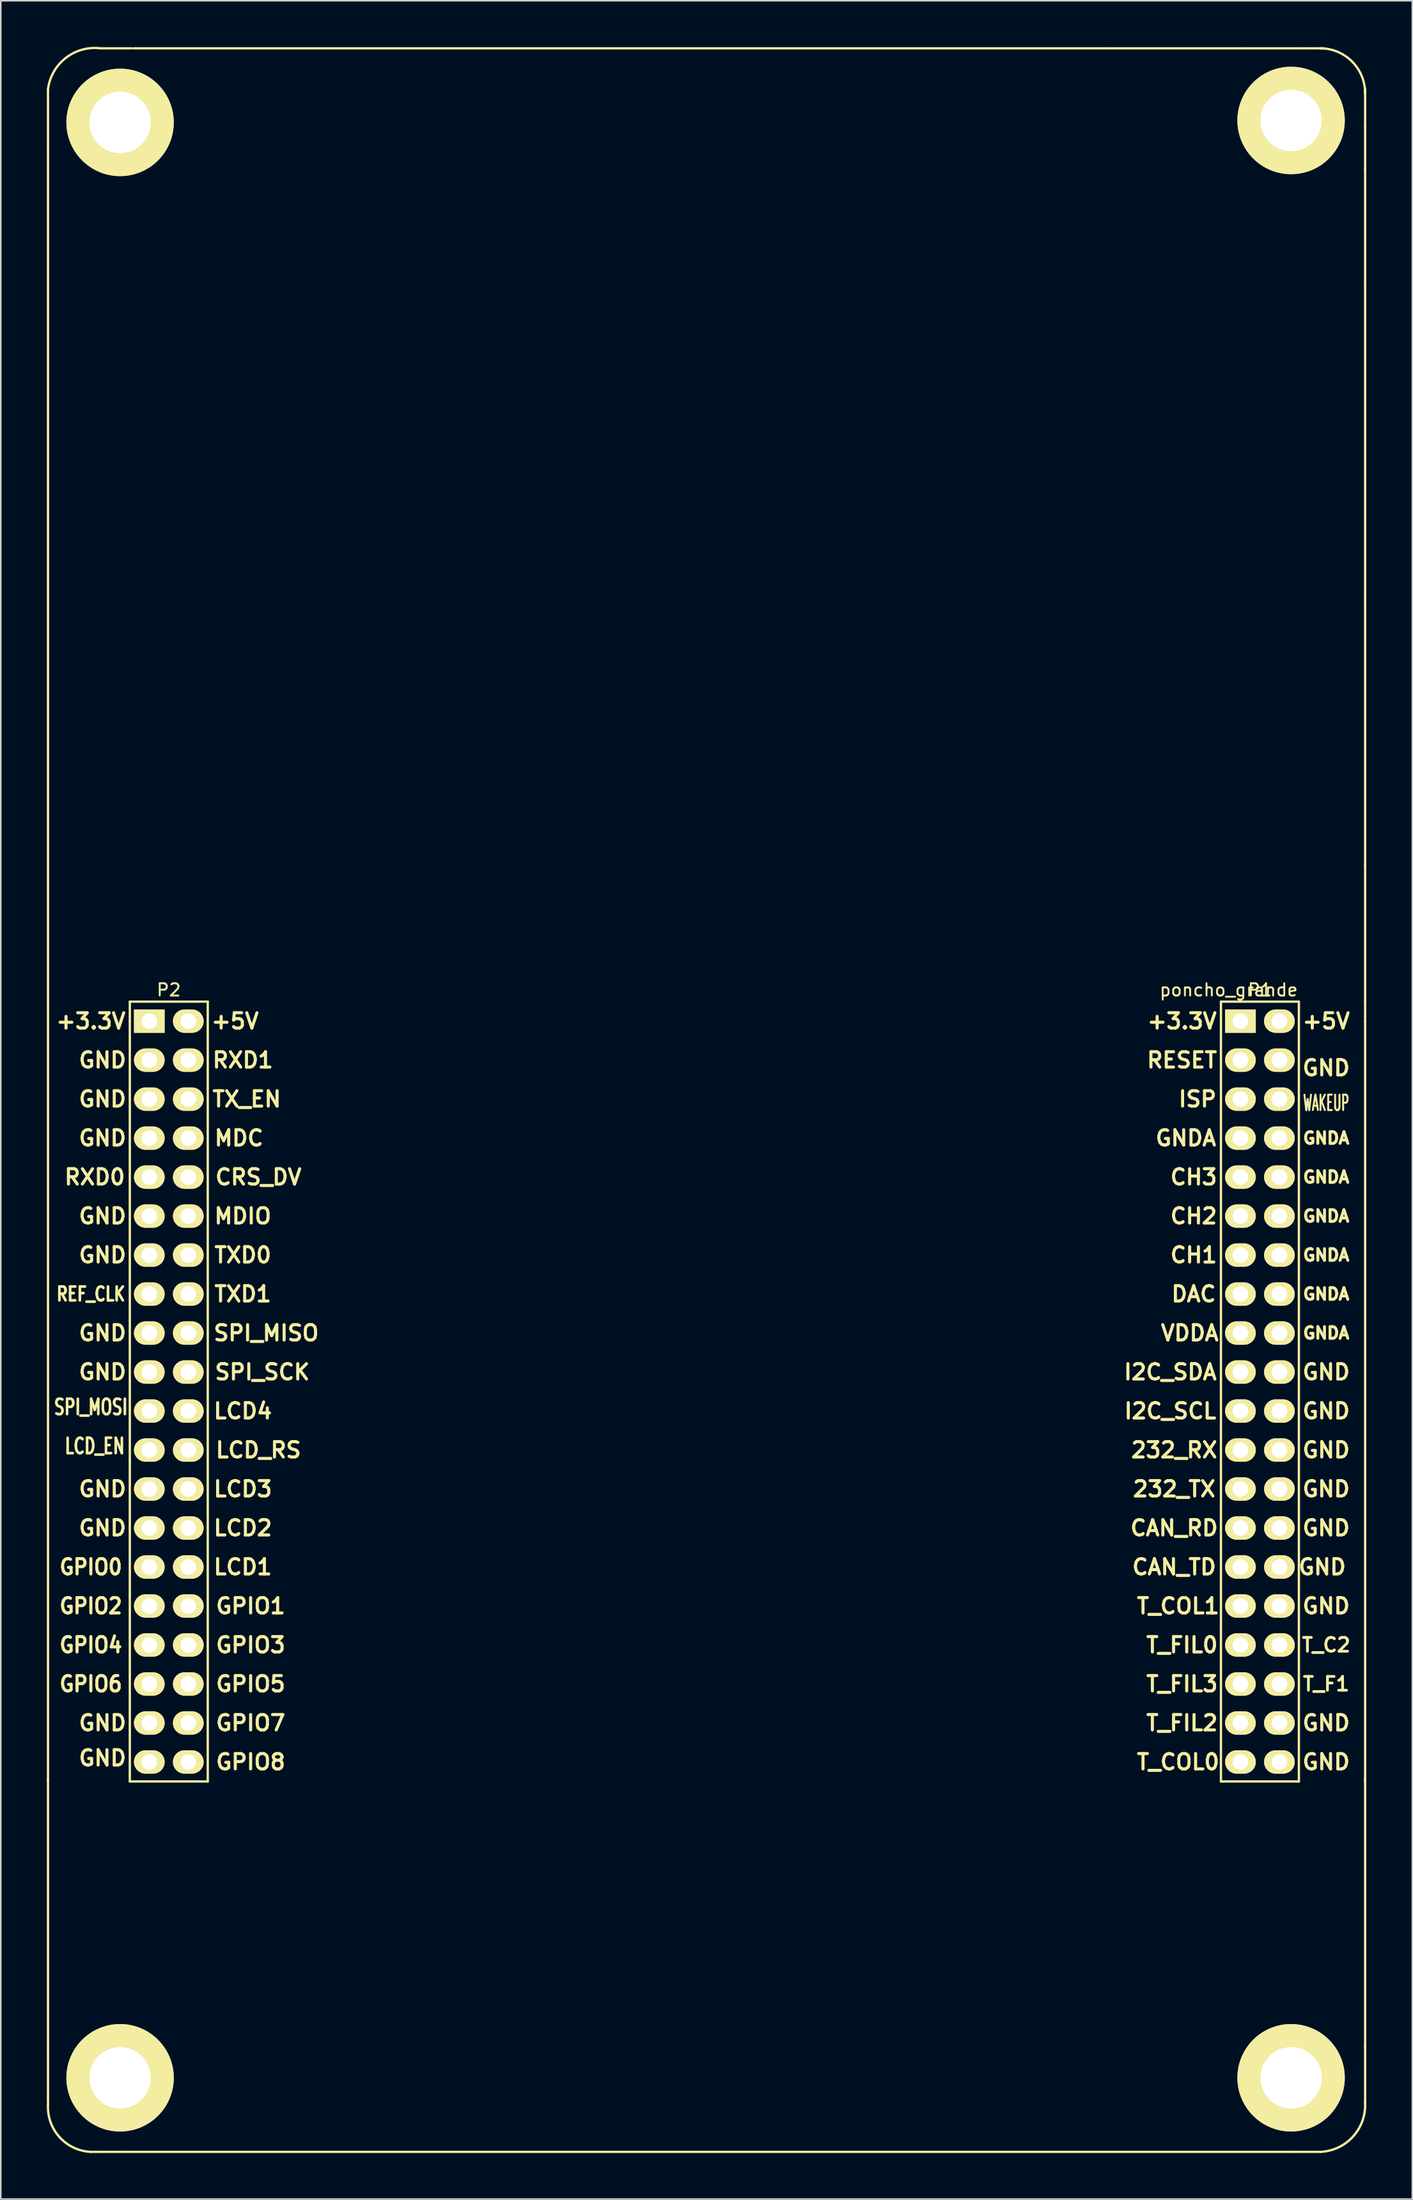
<source format=kicad_pcb>
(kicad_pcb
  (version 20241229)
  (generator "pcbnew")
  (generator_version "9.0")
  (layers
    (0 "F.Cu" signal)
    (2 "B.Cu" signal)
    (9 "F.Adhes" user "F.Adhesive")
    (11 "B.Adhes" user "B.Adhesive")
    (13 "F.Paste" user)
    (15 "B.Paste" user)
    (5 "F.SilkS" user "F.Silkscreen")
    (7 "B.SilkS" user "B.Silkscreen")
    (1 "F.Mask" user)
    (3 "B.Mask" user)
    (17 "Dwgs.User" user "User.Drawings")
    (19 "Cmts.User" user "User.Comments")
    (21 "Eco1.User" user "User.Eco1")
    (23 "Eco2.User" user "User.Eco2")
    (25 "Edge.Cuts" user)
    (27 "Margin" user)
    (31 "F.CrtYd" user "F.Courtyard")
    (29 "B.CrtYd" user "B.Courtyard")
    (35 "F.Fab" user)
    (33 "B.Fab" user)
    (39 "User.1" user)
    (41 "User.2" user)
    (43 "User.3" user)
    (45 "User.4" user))
  (footprint "poncho_grande"
    (layer "F.Cu")
    (at 77.802 63.472)
    (property "Reference" "poncho_grande" (at -0.762 -2.032 180) (layer "F.SilkS") (effects (font (size 0.8 0.8) (thickness 0.12))))
    (attr through_hole)
    (fp_line (start -77.724 -60.706) (end -77.724 -56.769) (stroke (width 0.15) (type solid)) (layer "F.SilkS"))
    (fp_line (start -77.724 -1.27) (end -77.724 -56.769) (stroke (width 0.15) (type solid)) (layer "F.SilkS"))
    (fp_line (start -77.724 -1.27) (end -77.724 49.53) (stroke (width 0.15) (type solid)) (layer "F.SilkS"))
    (fp_line (start -77.724 49.403) (end -77.724 67.056) (stroke (width 0.15) (type solid)) (layer "F.SilkS"))
    (fp_line (start -77.724 67.056) (end -77.724 70.104) (stroke (width 0.15) (type solid)) (layer "F.SilkS"))
    (fp_line (start -77.724 70.612) (end -77.724 70.104) (stroke (width 0.15) (type solid)) (layer "F.SilkS"))
    (fp_line (start -74.422 73.66) (end -74.93 73.66) (stroke (width 0.15) (type solid)) (layer "F.SilkS"))
    (fp_line (start -73.025 73.66) (end -74.422 73.66) (stroke (width 0.15) (type solid)) (layer "F.SilkS"))
    (fp_line (start -72.39 -1.27) (end -67.31 -1.27) (stroke (width 0.15) (type solid)) (layer "F.SilkS"))
    (fp_line (start -72.39 0) (end -72.39 -1.27) (stroke (width 0.15) (type solid)) (layer "F.SilkS"))
    (fp_line (start -72.39 49.53) (end -72.39 0) (stroke (width 0.15) (type solid)) (layer "F.SilkS"))
    (fp_line (start -72.263 -63.373) (end -74.295 -63.373) (stroke (width 0.15) (type solid)) (layer "F.SilkS"))
    (fp_line (start -67.31 -1.27) (end -67.31 49.53) (stroke (width 0.15) (type solid)) (layer "F.SilkS"))
    (fp_line (start -67.31 49.53) (end -72.39 49.53) (stroke (width 0.15) (type solid)) (layer "F.SilkS"))
    (fp_line (start -8.636 -63.373) (end -72.136 -63.373) (stroke (width 0.15) (type solid)) (layer "F.SilkS"))
    (fp_line (start -1.27 49.53) (end -1.27 -1.27) (stroke (width 0.15) (type solid)) (layer "F.SilkS"))
    (fp_line (start 0 -63.373) (end -8.636 -63.373) (stroke (width 0.15) (type solid)) (layer "F.SilkS"))
    (fp_line (start 0 -63.373) (end 3.937 -63.373) (stroke (width 0.15) (type solid)) (layer "F.SilkS"))
    (fp_line (start 3.302 73.66) (end -73.025 73.66) (stroke (width 0.15) (type solid)) (layer "F.SilkS"))
    (fp_line (start 3.302 73.66) (end 5.207 73.66) (stroke (width 0.15) (type solid)) (layer "F.SilkS"))
    (fp_line (start 3.81 -1.27) (end -1.27 -1.27) (stroke (width 0.15) (type solid)) (layer "F.SilkS"))
    (fp_line (start 3.81 49.53) (end -1.27 49.53) (stroke (width 0.15) (type solid)) (layer "F.SilkS"))
    (fp_line (start 3.81 49.53) (end 3.81 -1.27) (stroke (width 0.15) (type solid)) (layer "F.SilkS"))
    (fp_line (start 3.937 -63.373) (end 4.826 -63.373) (stroke (width 0.15) (type solid)) (layer "F.SilkS"))
    (fp_line (start 5.461 -63.373) (end 4.826 -63.373) (stroke (width 0.15) (type solid)) (layer "F.SilkS"))
    (fp_line (start 8.128 -60.706) (end 8.128 -60.452) (stroke (width 0.15) (type solid)) (layer "F.SilkS"))
    (fp_line (start 8.128 -60.579) (end 8.128 -60.706) (stroke (width 0.15) (type solid)) (layer "F.SilkS"))
    (fp_line (start 8.128 -58.293) (end 8.128 -60.579) (stroke (width 0.15) (type solid)) (layer "F.SilkS"))
    (fp_line (start 8.128 -55.499) (end 8.128 -58.293) (stroke (width 0.15) (type solid)) (layer "F.SilkS"))
    (fp_line (start 8.128 -48.26) (end 8.128 -55.499) (stroke (width 0.15) (type solid)) (layer "F.SilkS"))
    (fp_line (start 8.128 -27.432) (end 8.128 -48.26) (stroke (width 0.15) (type solid)) (layer "F.SilkS"))
    (fp_line (start 8.128 -10.16) (end 8.128 -27.432) (stroke (width 0.15) (type solid)) (layer "F.SilkS"))
    (fp_line (start 8.128 -1.27) (end 8.128 -10.16) (stroke (width 0.15) (type solid)) (layer "F.SilkS"))
    (fp_line (start 8.128 0) (end 8.128 -1.27) (stroke (width 0.15) (type solid)) (layer "F.SilkS"))
    (fp_line (start 8.128 0) (end 8.128 49.53) (stroke (width 0.15) (type solid)) (layer "F.SilkS"))
    (fp_line (start 8.128 49.403) (end 8.128 66.802) (stroke (width 0.15) (type solid)) (layer "F.SilkS"))
    (fp_line (start 8.128 66.802) (end 8.128 70.485) (stroke (width 0.15) (type solid)) (layer "F.SilkS"))
    (fp_arc (start -77.724 -60.706) (mid -76.561854 -62.749669) (end -74.295 -63.373) (stroke (width 0.15) (type solid)) (layer "F.SilkS"))
    (fp_arc (start -74.93 73.66) (mid -76.958261 72.714656) (end -77.724 70.612) (stroke (width 0.15) (type solid)) (layer "F.SilkS"))
    (fp_arc (start 5.207 -63.373) (mid 7.272459 -62.517459) (end 8.128 -60.452) (stroke (width 0.15) (type solid)) (layer "F.SilkS"))
    (fp_arc (start 8.128 70.485) (mid 7.325064 72.677459) (end 5.207 73.66) (stroke (width 0.15) (type solid)) (layer "F.SilkS"))
    (fp_text user "GNDA" (at 5.588 10.16 0) (layer "F.SilkS") (effects (font (size 0.76 0.76) (thickness 0.19))))
    (fp_text user "LCD_RS" (at -64.008 27.94 0) (layer "F.SilkS") (effects (font (size 1 1) (thickness 0.2))))
    (fp_text user "GND" (at 5.588 38.1 0) (layer "F.SilkS") (effects (font (size 1 1) (thickness 0.2))))
    (fp_text user "P2" (at -69.85 -2.032 0) (layer "F.SilkS") (effects (font (size 0.8 0.8) (thickness 0.12))))
    (fp_text user "CH3" (at -3.048 10.16 0) (layer "F.SilkS") (effects (font (size 1 1) (thickness 0.2))))
    (fp_text user "MDIO" (at -65.024 12.7 0) (layer "F.SilkS") (effects (font (size 1 1) (thickness 0.2))))
    (fp_text user "GND" (at 5.588 25.4 0) (layer "F.SilkS") (effects (font (size 1 1) (thickness 0.2))))
    (fp_text user "ISP" (at -2.794 5.08 0) (layer "F.SilkS") (effects (font (size 1 1) (thickness 0.2))))
    (fp_text user "T_FIL0" (at -3.81 40.64 0) (layer "F.SilkS") (effects (font (size 1 1) (thickness 0.2))))
    (fp_text user "GPIO3" (at -64.516 40.64 0) (layer "F.SilkS") (effects (font (size 1 1) (thickness 0.2))))
    (fp_text user "T_FIL2" (at -3.81 45.72 0) (layer "F.SilkS") (effects (font (size 1 1) (thickness 0.2))))
    (fp_text user "GND" (at -74.168 7.62 0) (layer "F.SilkS") (effects (font (size 1 1) (thickness 0.2))))
    (fp_text user "232_RX" (at -4.318 27.94 0) (layer "F.SilkS") (effects (font (size 1 1) (thickness 0.2))))
    (fp_text user "LCD_EN" (at -74.676 27.686 0) (layer "F.SilkS") (effects (font (size 1 0.7) (thickness 0.17))))
    (fp_text user "GPIO8" (at -64.516 48.26 0) (layer "F.SilkS") (effects (font (size 1 1) (thickness 0.2))))
    (fp_text user "GND" (at -74.168 5.08 0) (layer "F.SilkS") (effects (font (size 1 1) (thickness 0.2))))
    (fp_text user "SPI_SCK" (at -63.754 22.86 0) (layer "F.SilkS") (effects (font (size 1 1) (thickness 0.2))))
    (fp_text user "+5V" (at -65.532 0 0) (layer "F.SilkS") (effects (font (size 1 1) (thickness 0.2))))
    (fp_text user "GND" (at -74.168 30.48 0) (layer "F.SilkS") (effects (font (size 1 1) (thickness 0.2))))
    (fp_text user "SPI_MOSI" (at -74.93 25.146 0) (layer "F.SilkS") (effects (font (size 1 0.7) (thickness 0.17))))
    (fp_text user "TX_EN" (at -64.77 5.08 0) (layer "F.SilkS") (effects (font (size 1 1) (thickness 0.2))))
    (fp_text user "P1" (at 1.27 -2.032 0) (layer "F.SilkS") (effects (font (size 0.8 0.8) (thickness 0.12))))
    (fp_text user "LCD3" (at -65.024 30.48 0) (layer "F.SilkS") (effects (font (size 1 1) (thickness 0.2))))
    (fp_text user "GND" (at -74.168 22.86 0) (layer "F.SilkS") (effects (font (size 1 1) (thickness 0.2))))
    (fp_text user "GNDA" (at 5.588 15.24 0) (layer "F.SilkS") (effects (font (size 0.76 0.76) (thickness 0.19))))
    (fp_text user "TXD1" (at -65.024 17.78 0) (layer "F.SilkS") (effects (font (size 1 1) (thickness 0.2))))
    (fp_text user "232_TX" (at -4.318 30.48 0) (layer "F.SilkS") (effects (font (size 1 1) (thickness 0.2))))
    (fp_text user "GND" (at -74.168 20.32 0) (layer "F.SilkS") (effects (font (size 1 1) (thickness 0.2))))
    (fp_text user "GND" (at -74.168 2.54 0) (layer "F.SilkS") (effects (font (size 1 1) (thickness 0.2))))
    (fp_text user "+3.3V" (at -3.81 0 0) (layer "F.SilkS") (effects (font (size 1 1) (thickness 0.2))))
    (fp_text user "GPIO0" (at -74.93 35.56 0) (layer "F.SilkS") (effects (font (size 1 0.9) (thickness 0.2))))
    (fp_text user "T_COL0" (at -4.064 48.26 0) (layer "F.SilkS") (effects (font (size 1 1) (thickness 0.2))))
    (fp_text user "T_COL1" (at -4.064 38.1 0) (layer "F.SilkS") (effects (font (size 1 1) (thickness 0.2))))
    (fp_text user "GND" (at 5.334 35.56 0) (layer "F.SilkS") (effects (font (size 1 1) (thickness 0.2))))
    (fp_text user "T_F1" (at 5.588 43.18 0) (layer "F.SilkS") (effects (font (size 0.9 0.9) (thickness 0.18))))
    (fp_text user "RXD1" (at -65.024 2.54 0) (layer "F.SilkS") (effects (font (size 1 1) (thickness 0.2))))
    (fp_text user "GNDA" (at 5.588 17.78 0) (layer "F.SilkS") (effects (font (size 0.76 0.76) (thickness 0.19))))
    (fp_text user "CAN_RD" (at -4.318 33.02 0) (layer "F.SilkS") (effects (font (size 1 1) (thickness 0.2))))
    (fp_text user "+3.3V" (at -74.93 0 0) (layer "F.SilkS") (effects (font (size 1 1) (thickness 0.2))))
    (fp_text user "T_C2" (at 5.588 40.64 0) (layer "F.SilkS") (effects (font (size 0.9 0.9) (thickness 0.18))))
    (fp_text user "GND" (at 5.588 27.94 0) (layer "F.SilkS") (effects (font (size 1 1) (thickness 0.2))))
    (fp_text user "VDDA" (at -3.302 20.32 0) (layer "F.SilkS") (effects (font (size 1 1) (thickness 0.2))))
    (fp_text user "GPIO2" (at -74.93 38.1 0) (layer "F.SilkS") (effects (font (size 1 0.9) (thickness 0.2))))
    (fp_text user "WAKEUP" (at 5.588 5.334 0) (layer "F.SilkS") (effects (font (size 1 0.5) (thickness 0.125))))
    (fp_text user "CRS_DV" (at -64.008 10.16 0) (layer "F.SilkS") (effects (font (size 1 1) (thickness 0.2))))
    (fp_text user "GND" (at -74.168 48.006 0) (layer "F.SilkS") (effects (font (size 1 1) (thickness 0.2))))
    (fp_text user "GND" (at -74.168 12.7 0) (layer "F.SilkS") (effects (font (size 1 1) (thickness 0.2))))
    (fp_text user "CH2" (at -3.048 12.7 0) (layer "F.SilkS") (effects (font (size 1 1) (thickness 0.2))))
    (fp_text user "GPIO6" (at -74.93 43.18 0) (layer "F.SilkS") (effects (font (size 1 0.9) (thickness 0.2))))
    (fp_text user "TXD0" (at -65.024 15.24 0) (layer "F.SilkS") (effects (font (size 1 1) (thickness 0.2))))
    (fp_text user "LCD4" (at -65.024 25.4 0) (layer "F.SilkS") (effects (font (size 1 1) (thickness 0.2))))
    (fp_text user "T_FIL3" (at -3.81 43.18 0) (layer "F.SilkS") (effects (font (size 1 1) (thickness 0.2))))
    (fp_text user "GNDA" (at 5.588 7.62 0) (layer "F.SilkS") (effects (font (size 0.76 0.76) (thickness 0.19))))
    (fp_text user "SPI_MISO" (at -63.5 20.32 0) (layer "F.SilkS") (effects (font (size 1 1) (thickness 0.2))))
    (fp_text user "GND" (at 5.588 22.86 0) (layer "F.SilkS") (effects (font (size 1 1) (thickness 0.2))))
    (fp_text user "GNDA" (at 5.588 12.7 0) (layer "F.SilkS") (effects (font (size 0.76 0.76) (thickness 0.19))))
    (fp_text user "REF_CLK" (at -74.93 17.78 0) (layer "F.SilkS") (effects (font (size 0.9 0.7) (thickness 0.175))))
    (fp_text user "CAN_TD" (at -4.318 35.56 0) (layer "F.SilkS") (effects (font (size 1 1) (thickness 0.2))))
    (fp_text user "GNDA" (at -3.556 7.62 0) (layer "F.SilkS") (effects (font (size 1 1) (thickness 0.2))))
    (fp_text user "CH1" (at -3.048 15.24 0) (layer "F.SilkS") (effects (font (size 1 1) (thickness 0.2))))
    (fp_text user "GPIO1" (at -64.516 38.1 0) (layer "F.SilkS") (effects (font (size 1 1) (thickness 0.2))))
    (fp_text user "LCD1" (at -65.024 35.56 0) (layer "F.SilkS") (effects (font (size 1 1) (thickness 0.2))))
    (fp_text user "RESET" (at -3.81 2.54 0) (layer "F.SilkS") (effects (font (size 1 1) (thickness 0.2))))
    (fp_text user "GND" (at 5.588 33.02 0) (layer "F.SilkS") (effects (font (size 1 1) (thickness 0.2))))
    (fp_text user "GPIO5" (at -64.516 43.18 0) (layer "F.SilkS") (effects (font (size 1 1) (thickness 0.2))))
    (fp_text user "DAC" (at -3.048 17.78 0) (layer "F.SilkS") (effects (font (size 1 1) (thickness 0.2))))
    (fp_text user "MDC" (at -65.278 7.62 0) (layer "F.SilkS") (effects (font (size 1 1) (thickness 0.2))))
    (fp_text user "GND" (at 5.588 30.48 0) (layer "F.SilkS") (effects (font (size 1 1) (thickness 0.2))))
    (fp_text user "GND" (at 5.588 3.048 0) (layer "F.SilkS") (effects (font (size 1 1) (thickness 0.2))))
    (fp_text user "GND" (at 5.588 45.72 0) (layer "F.SilkS") (effects (font (size 1 1) (thickness 0.2))))
    (fp_text user "GND" (at -74.168 33.02 0) (layer "F.SilkS") (effects (font (size 1 1) (thickness 0.2))))
    (fp_text user "GNDA" (at 5.588 20.32 0) (layer "F.SilkS") (effects (font (size 0.76 0.76) (thickness 0.19))))
    (fp_text user "GND" (at 5.588 48.26 0) (layer "F.SilkS") (effects (font (size 1 1) (thickness 0.2))))
    (fp_text user "GND" (at -74.168 15.24 0) (layer "F.SilkS") (effects (font (size 1 1) (thickness 0.2))))
    (fp_text user "LCD2" (at -65.024 33.02 0) (layer "F.SilkS") (effects (font (size 1 1) (thickness 0.2))))
    (fp_text user "GND" (at -74.168 45.72 0) (layer "F.SilkS") (effects (font (size 1 1) (thickness 0.2))))
    (fp_text user "GPIO4" (at -74.93 40.64 0) (layer "F.SilkS") (effects (font (size 1 0.9) (thickness 0.2))))
    (fp_text user "GPIO7" (at -64.516 45.72 0) (layer "F.SilkS") (effects (font (size 1 1) (thickness 0.2))))
    (fp_text user "I2C_SCL" (at -4.572 25.4 0) (layer "F.SilkS") (effects (font (size 1 1) (thickness 0.2))))
    (fp_text user "I2C_SDA" (at -4.572 22.86 0) (layer "F.SilkS") (effects (font (size 1 1) (thickness 0.2))))
    (fp_text user "+5V" (at 5.588 0 0) (layer "F.SilkS") (effects (font (size 1 1) (thickness 0.2))))
    (fp_text user "RXD0" (at -74.676 10.16 0) (layer "F.SilkS") (effects (font (size 1 1) (thickness 0.2))))
    (pad "1" thru_hole rect (at 0 0 270) (size 1.524 2) (drill 1.016) (layers "*.Cu" "*.Mask" "F.SilkS"))
    (pad "2" thru_hole oval (at 2.54 0 270) (size 1.524 2) (drill 1.016) (layers "*.Cu" "*.Mask" "F.SilkS"))
    (pad "3" thru_hole oval (at 0 2.54 270) (size 1.524 2) (drill 1.016) (layers "*.Cu" "*.Mask" "F.SilkS"))
    (pad "4" thru_hole oval (at 2.54 2.54 270) (size 1.524 2) (drill 1.016) (layers "*.Cu" "*.Mask" "F.SilkS"))
    (pad "5" thru_hole oval (at 0 5.08 270) (size 1.524 2) (drill 1.016) (layers "*.Cu" "*.Mask" "F.SilkS"))
    (pad "6" thru_hole oval (at 2.54 5.08 270) (size 1.524 2) (drill 1.016) (layers "*.Cu" "*.Mask" "F.SilkS"))
    (pad "7" thru_hole oval (at 0 7.62 270) (size 1.524 2) (drill 1.016) (layers "*.Cu" "*.Mask" "F.SilkS"))
    (pad "8" thru_hole oval (at 2.54 7.62 270) (size 1.524 2) (drill 1.016) (layers "*.Cu" "*.Mask" "F.SilkS"))
    (pad "9" thru_hole oval (at 0 10.16 270) (size 1.524 2) (drill 1.016) (layers "*.Cu" "*.Mask" "F.SilkS"))
    (pad "10" thru_hole oval (at 2.54 10.16 270) (size 1.524 2) (drill 1.016) (layers "*.Cu" "*.Mask" "F.SilkS"))
    (pad "11" thru_hole oval (at 0 12.7 270) (size 1.524 2) (drill 1.016) (layers "*.Cu" "*.Mask" "F.SilkS"))
    (pad "12" thru_hole oval (at 2.54 12.7 270) (size 1.524 2) (drill 1.016) (layers "*.Cu" "*.Mask" "F.SilkS"))
    (pad "13" thru_hole oval (at 0 15.24 270) (size 1.524 2) (drill 1.016) (layers "*.Cu" "*.Mask" "F.SilkS"))
    (pad "14" thru_hole oval (at 2.54 15.24 270) (size 1.524 2) (drill 1.016) (layers "*.Cu" "*.Mask" "F.SilkS"))
    (pad "15" thru_hole oval (at 0 17.78 270) (size 1.524 2) (drill 1.016) (layers "*.Cu" "*.Mask" "F.SilkS"))
    (pad "16" thru_hole oval (at 2.54 17.78 270) (size 1.524 2) (drill 1.016) (layers "*.Cu" "*.Mask" "F.SilkS"))
    (pad "17" thru_hole oval (at 0 20.32 270) (size 1.524 2) (drill 1.016) (layers "*.Cu" "*.Mask" "F.SilkS"))
    (pad "18" thru_hole oval (at 2.54 20.32 270) (size 1.524 2) (drill 1.016) (layers "*.Cu" "*.Mask" "F.SilkS"))
    (pad "19" thru_hole oval (at 0 22.86 270) (size 1.524 2) (drill 1.016) (layers "*.Cu" "*.Mask" "F.SilkS"))
    (pad "20" thru_hole oval (at 2.54 22.86 270) (size 1.524 2) (drill 1.016) (layers "*.Cu" "*.Mask" "F.SilkS"))
    (pad "21" thru_hole oval (at 0 25.4 270) (size 1.524 2) (drill 1.016) (layers "*.Cu" "*.Mask" "F.SilkS"))
    (pad "22" thru_hole oval (at 2.54 25.4 270) (size 1.524 2) (drill 1.016) (layers "*.Cu" "*.Mask" "F.SilkS"))
    (pad "23" thru_hole oval (at 0 27.94 270) (size 1.524 2) (drill 1.016) (layers "*.Cu" "*.Mask" "F.SilkS"))
    (pad "24" thru_hole oval (at 2.54 27.94 270) (size 1.524 2) (drill 1.016) (layers "*.Cu" "*.Mask" "F.SilkS"))
    (pad "25" thru_hole oval (at 0 30.48 270) (size 1.524 2) (drill 1.016) (layers "*.Cu" "*.Mask" "F.SilkS"))
    (pad "26" thru_hole oval (at 2.54 30.48 270) (size 1.524 2) (drill 1.016) (layers "*.Cu" "*.Mask" "F.SilkS"))
    (pad "27" thru_hole oval (at 0 33.02 270) (size 1.524 2) (drill 1.016) (layers "*.Cu" "*.Mask" "F.SilkS"))
    (pad "28" thru_hole oval (at 2.54 33.02 270) (size 1.524 2) (drill 1.016) (layers "*.Cu" "*.Mask" "F.SilkS"))
    (pad "29" thru_hole oval (at 0 35.56 270) (size 1.524 2) (drill 1.016) (layers "*.Cu" "*.Mask" "F.SilkS"))
    (pad "30" thru_hole oval (at 2.54 35.56 270) (size 1.524 2) (drill 1.016) (layers "*.Cu" "*.Mask" "F.SilkS"))
    (pad "31" thru_hole oval (at 0 38.1 270) (size 1.524 2) (drill 1.016) (layers "*.Cu" "*.Mask" "F.SilkS"))
    (pad "32" thru_hole oval (at 2.54 38.1 270) (size 1.524 2) (drill 1.016) (layers "*.Cu" "*.Mask" "F.SilkS"))
    (pad "33" thru_hole oval (at 0 40.64 270) (size 1.524 2) (drill 1.016) (layers "*.Cu" "*.Mask" "F.SilkS"))
    (pad "34" thru_hole oval (at 2.54 40.64 270) (size 1.524 2) (drill 1.016) (layers "*.Cu" "*.Mask" "F.SilkS"))
    (pad "35" thru_hole oval (at 0 43.18 270) (size 1.524 2) (drill 1.016) (layers "*.Cu" "*.Mask" "F.SilkS"))
    (pad "36" thru_hole oval (at 2.54 43.18 270) (size 1.524 2) (drill 1.016) (layers "*.Cu" "*.Mask" "F.SilkS"))
    (pad "37" thru_hole oval (at 0 45.72 270) (size 1.524 2) (drill 1.016) (layers "*.Cu" "*.Mask" "F.SilkS"))
    (pad "38" thru_hole oval (at 2.54 45.72 270) (size 1.524 2) (drill 1.016) (layers "*.Cu" "*.Mask" "F.SilkS"))
    (pad "39" thru_hole oval (at 0 48.26 270) (size 1.524 2) (drill 1.016) (layers "*.Cu" "*.Mask" "F.SilkS"))
    (pad "40" thru_hole oval (at 2.54 48.26 270) (size 1.524 2) (drill 1.016) (layers "*.Cu" "*.Mask" "F.SilkS"))
    (pad "41" thru_hole rect (at -71.12 0 270) (size 1.524 2) (drill 1.016) (layers "*.Cu" "*.Mask" "F.SilkS"))
    (pad "42" thru_hole oval (at -68.58 0 270) (size 1.524 2) (drill 1.016) (layers "*.Cu" "*.Mask" "F.SilkS"))
    (pad "43" thru_hole oval (at -71.12 2.54 270) (size 1.524 2) (drill 1.016) (layers "*.Cu" "*.Mask" "F.SilkS"))
    (pad "44" thru_hole oval (at -68.58 2.54 270) (size 1.524 2) (drill 1.016) (layers "*.Cu" "*.Mask" "F.SilkS"))
    (pad "45" thru_hole oval (at -71.12 5.08 270) (size 1.524 2) (drill 1.016) (layers "*.Cu" "*.Mask" "F.SilkS"))
    (pad "46" thru_hole oval (at -68.58 5.08 270) (size 1.524 2) (drill 1.016) (layers "*.Cu" "*.Mask" "F.SilkS"))
    (pad "47" thru_hole oval (at -71.12 7.62 270) (size 1.524 2) (drill 1.016) (layers "*.Cu" "*.Mask" "F.SilkS"))
    (pad "48" thru_hole oval (at -68.58 7.62 270) (size 1.524 2) (drill 1.016) (layers "*.Cu" "*.Mask" "F.SilkS"))
    (pad "49" thru_hole oval (at -71.12 10.16 270) (size 1.524 2) (drill 1.016) (layers "*.Cu" "*.Mask" "F.SilkS"))
    (pad "50" thru_hole oval (at -68.58 10.16 270) (size 1.524 2) (drill 1.016) (layers "*.Cu" "*.Mask" "F.SilkS"))
    (pad "51" thru_hole oval (at -71.12 12.7 270) (size 1.524 2) (drill 1.016) (layers "*.Cu" "*.Mask" "F.SilkS"))
    (pad "52" thru_hole oval (at -68.58 12.7 270) (size 1.524 2) (drill 1.016) (layers "*.Cu" "*.Mask" "F.SilkS"))
    (pad "53" thru_hole oval (at -71.12 15.24 270) (size 1.524 2) (drill 1.016) (layers "*.Cu" "*.Mask" "F.SilkS"))
    (pad "54" thru_hole oval (at -68.58 15.24 270) (size 1.524 2) (drill 1.016) (layers "*.Cu" "*.Mask" "F.SilkS"))
    (pad "55" thru_hole oval (at -71.12 17.78 270) (size 1.524 2) (drill 1.016) (layers "*.Cu" "*.Mask" "F.SilkS"))
    (pad "56" thru_hole oval (at -68.58 17.78 270) (size 1.524 2) (drill 1.016) (layers "*.Cu" "*.Mask" "F.SilkS"))
    (pad "57" thru_hole oval (at -71.12 20.32 270) (size 1.524 2) (drill 1.016) (layers "*.Cu" "*.Mask" "F.SilkS"))
    (pad "58" thru_hole oval (at -68.58 20.32 270) (size 1.524 2) (drill 1.016) (layers "*.Cu" "*.Mask" "F.SilkS"))
    (pad "59" thru_hole oval (at -71.12 22.86 270) (size 1.524 2) (drill 1.016) (layers "*.Cu" "*.Mask" "F.SilkS"))
    (pad "60" thru_hole oval (at -68.58 22.86 270) (size 1.524 2) (drill 1.016) (layers "*.Cu" "*.Mask" "F.SilkS"))
    (pad "61" thru_hole oval (at -71.12 25.4 270) (size 1.524 2) (drill 1.016) (layers "*.Cu" "*.Mask" "F.SilkS"))
    (pad "62" thru_hole oval (at -68.58 25.4 270) (size 1.524 2) (drill 1.016) (layers "*.Cu" "*.Mask" "F.SilkS"))
    (pad "63" thru_hole oval (at -71.12 27.94 270) (size 1.524 2) (drill 1.016) (layers "*.Cu" "*.Mask" "F.SilkS"))
    (pad "64" thru_hole oval (at -68.58 27.94 270) (size 1.524 2) (drill 1.016) (layers "*.Cu" "*.Mask" "F.SilkS"))
    (pad "65" thru_hole oval (at -71.12 30.48 270) (size 1.524 2) (drill 1.016) (layers "*.Cu" "*.Mask" "F.SilkS"))
    (pad "66" thru_hole oval (at -68.58 30.48 270) (size 1.524 2) (drill 1.016) (layers "*.Cu" "*.Mask" "F.SilkS"))
    (pad "67" thru_hole oval (at -71.12 33.02 270) (size 1.524 2) (drill 1.016) (layers "*.Cu" "*.Mask" "F.SilkS"))
    (pad "68" thru_hole oval (at -68.58 33.02 270) (size 1.524 2) (drill 1.016) (layers "*.Cu" "*.Mask" "F.SilkS"))
    (pad "69" thru_hole oval (at -71.12 35.56 270) (size 1.524 2) (drill 1.016) (layers "*.Cu" "*.Mask" "F.SilkS"))
    (pad "70" thru_hole oval (at -68.58 35.56 270) (size 1.524 2) (drill 1.016) (layers "*.Cu" "*.Mask" "F.SilkS"))
    (pad "71" thru_hole oval (at -71.12 38.1 270) (size 1.524 2) (drill 1.016) (layers "*.Cu" "*.Mask" "F.SilkS"))
    (pad "72" thru_hole oval (at -68.58 38.1 270) (size 1.524 2) (drill 1.016) (layers "*.Cu" "*.Mask" "F.SilkS"))
    (pad "73" thru_hole oval (at -71.12 40.64 270) (size 1.524 2) (drill 1.016) (layers "*.Cu" "*.Mask" "F.SilkS"))
    (pad "74" thru_hole oval (at -68.58 40.64 270) (size 1.524 2) (drill 1.016) (layers "*.Cu" "*.Mask" "F.SilkS"))
    (pad "75" thru_hole oval (at -71.12 43.18 270) (size 1.524 2) (drill 1.016) (layers "*.Cu" "*.Mask" "F.SilkS"))
    (pad "76" thru_hole oval (at -68.58 43.18 270) (size 1.524 2) (drill 1.016) (layers "*.Cu" "*.Mask" "F.SilkS"))
    (pad "77" thru_hole oval (at -71.12 45.72 270) (size 1.524 2) (drill 1.016) (layers "*.Cu" "*.Mask" "F.SilkS"))
    (pad "78" thru_hole oval (at -68.58 45.72 270) (size 1.524 2) (drill 1.016) (layers "*.Cu" "*.Mask" "F.SilkS"))
    (pad "79" thru_hole oval (at -71.12 48.26 270) (size 1.524 2) (drill 1.016) (layers "*.Cu" "*.Mask" "F.SilkS"))
    (pad "80" thru_hole oval (at -68.58 48.26 270) (size 1.524 2) (drill 1.016) (layers "*.Cu" "*.Mask" "F.SilkS"))
    (pad "~" thru_hole circle (at -73.025 -58.547) (size 7 7) (drill 4) (layers "*.Cu" "*.Mask" "F.SilkS"))
    (pad "~" thru_hole circle (at -73.025 68.834) (size 7 7) (drill 4) (layers "*.Cu" "*.Mask" "F.SilkS"))
    (pad "~" thru_hole circle (at 3.302 -58.674) (size 7 7) (drill 4) (layers "*.Cu" "*.Mask" "F.SilkS"))
    (pad "~" thru_hole circle (at 3.302 68.834) (size 7 7) (drill 4) (layers "*.Cu" "*.Mask" "F.SilkS")))
  (gr_rect
    (start -3 -3)
    (end 89.007 140.207)
    (stroke (width 0.1) (type default))
    (fill no)
    (layer "Edge.Cuts")))
</source>
